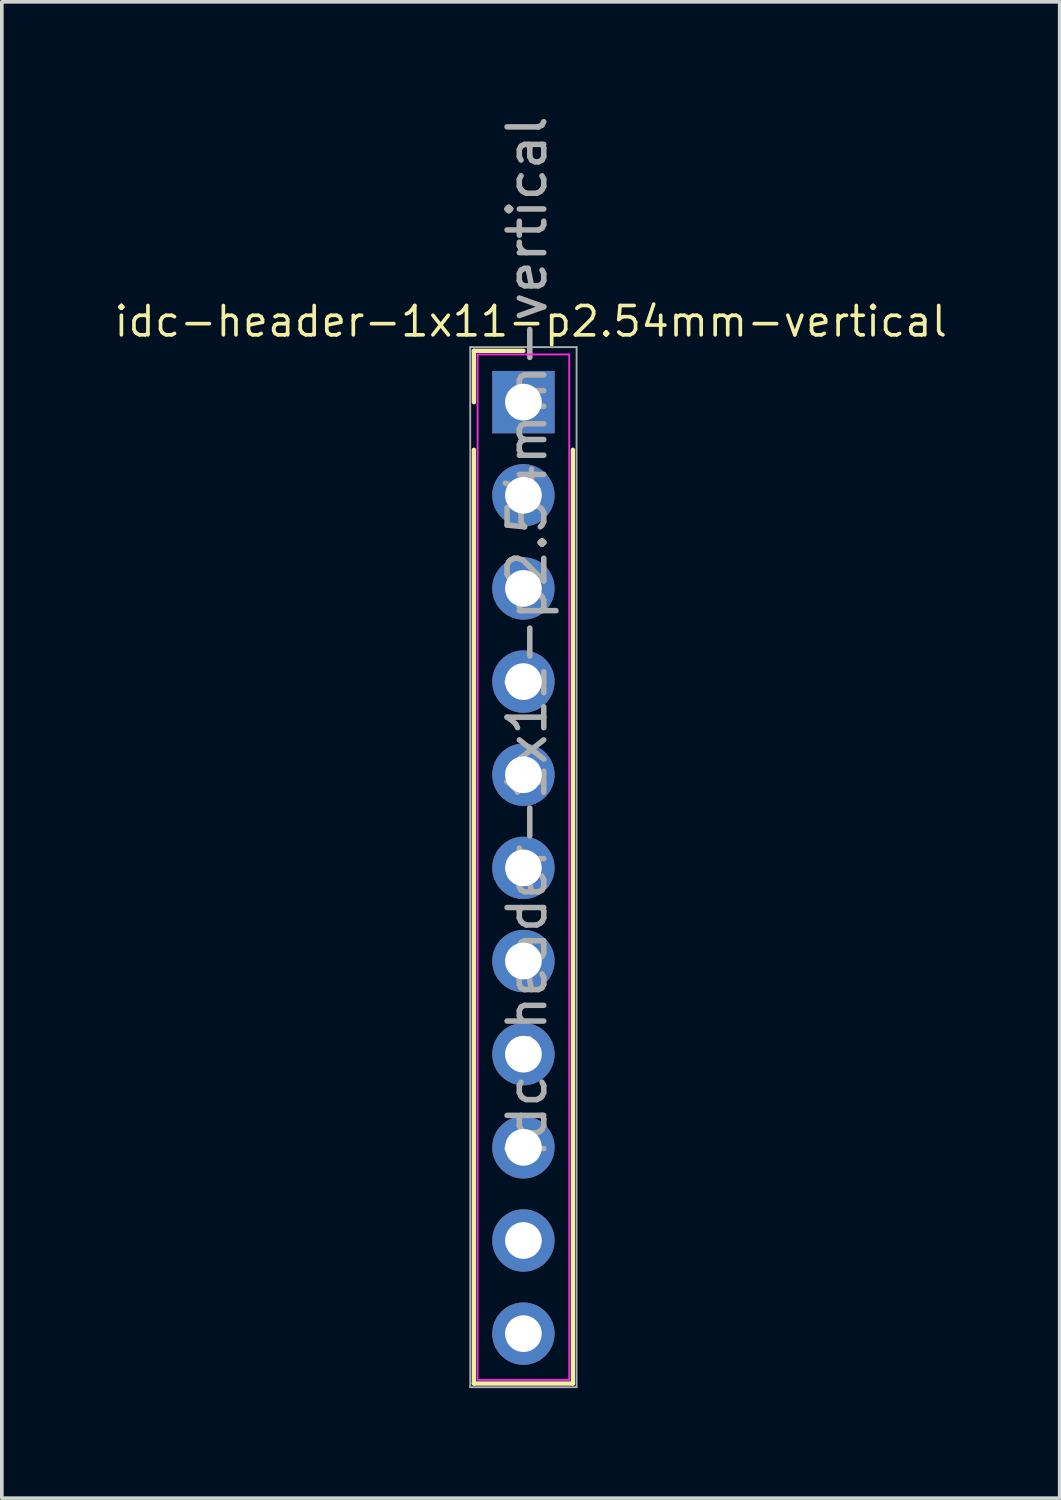
<source format=kicad_pcb>
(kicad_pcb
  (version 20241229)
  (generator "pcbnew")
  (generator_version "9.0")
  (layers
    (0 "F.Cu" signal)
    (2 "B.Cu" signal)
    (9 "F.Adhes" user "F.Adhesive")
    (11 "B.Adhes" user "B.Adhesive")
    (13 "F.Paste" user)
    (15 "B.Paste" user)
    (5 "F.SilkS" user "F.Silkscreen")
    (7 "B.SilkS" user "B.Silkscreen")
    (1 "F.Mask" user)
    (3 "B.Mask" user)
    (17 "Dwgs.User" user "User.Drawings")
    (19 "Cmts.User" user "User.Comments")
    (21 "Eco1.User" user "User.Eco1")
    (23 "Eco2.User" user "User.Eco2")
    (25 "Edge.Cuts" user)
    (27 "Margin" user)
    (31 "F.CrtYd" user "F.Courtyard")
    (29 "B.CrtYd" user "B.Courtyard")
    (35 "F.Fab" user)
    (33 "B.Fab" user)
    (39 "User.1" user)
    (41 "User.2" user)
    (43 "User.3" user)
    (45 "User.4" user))
  (footprint "idc-header-1x11-p2.54mm-vertical"
    (layer "F.Cu")
    (at 11.222 7.915)
    (property "Reference" "idc-header-1x11-p2.54mm-vertical" (at 0.2 -2.2 0) (layer "F.SilkS") (effects (font (size 0.8 0.8) (thickness 0.1))))
    (attr through_hole)
    (fp_line (start -1.35 -1.4) (end 0 -1.4) (stroke (width 0.12) (type solid)) (layer "F.SilkS"))
    (fp_line (start -1.35 0) (end -1.35 -1.4) (stroke (width 0.12) (type solid)) (layer "F.SilkS"))
    (fp_line (start -1.35 1.3) (end -1.35 26.76) (stroke (width 0.12) (type solid)) (layer "F.SilkS"))
    (fp_line (start -1.35 26.76) (end 1.35 26.76) (stroke (width 0.12) (type solid)) (layer "F.SilkS"))
    (fp_line (start 1.35 1.3) (end 1.35 26.76) (stroke (width 0.12) (type solid)) (layer "F.SilkS"))
    (fp_line (start -1.25 -1.3) (end -1.25 26.66) (stroke (width 0.05) (type solid)) (layer "F.CrtYd"))
    (fp_line (start -1.25 26.66) (end 1.25 26.66) (stroke (width 0.05) (type solid)) (layer "F.CrtYd"))
    (fp_line (start 1.25 -1.3) (end -1.25 -1.3) (stroke (width 0.05) (type solid)) (layer "F.CrtYd"))
    (fp_line (start 1.25 26.66) (end 1.25 -1.3) (stroke (width 0.05) (type solid)) (layer "F.CrtYd"))
    (fp_line (start -1.45 -1.5) (end -1.45 26.86) (stroke (width 0.05) (type solid)) (layer "F.Fab"))
    (fp_line (start -1.45 26.86) (end 1.45 26.86) (stroke (width 0.05) (type solid)) (layer "F.Fab"))
    (fp_line (start 1.45 -1.5) (end -1.45 -1.5) (stroke (width 0.05) (type solid)) (layer "F.Fab"))
    (fp_line (start 1.45 26.86) (end 1.45 -1.5) (stroke (width 0.05) (type solid)) (layer "F.Fab"))
    (fp_text user "${REFERENCE}" (at 0.1 6.4 90) (layer "F.Fab") (effects (font (size 1 1) (thickness 0.15))))
    (pad "1" thru_hole rect (at 0 0) (size 1.7 1.7) (drill 1) (layers "*.Cu" "*.Mask"))
    (pad "2" thru_hole oval (at 0 2.54) (size 1.7 1.7) (drill 1) (layers "*.Cu" "*.Mask"))
    (pad "3" thru_hole oval (at 0 5.08) (size 1.7 1.7) (drill 1) (layers "*.Cu" "*.Mask"))
    (pad "4" thru_hole oval (at 0 7.62) (size 1.7 1.7) (drill 1) (layers "*.Cu" "*.Mask"))
    (pad "5" thru_hole oval (at 0 10.16) (size 1.7 1.7) (drill 1) (layers "*.Cu" "*.Mask"))
    (pad "6" thru_hole oval (at 0 12.7) (size 1.7 1.7) (drill 1) (layers "*.Cu" "*.Mask"))
    (pad "7" thru_hole oval (at 0 15.24) (size 1.7 1.7) (drill 1) (layers "*.Cu" "*.Mask"))
    (pad "8" thru_hole oval (at 0 17.78) (size 1.7 1.7) (drill 1) (layers "*.Cu" "*.Mask"))
    (pad "9" thru_hole oval (at 0 20.32) (size 1.7 1.7) (drill 1) (layers "*.Cu" "*.Mask"))
    (pad "10" thru_hole oval (at 0 22.86) (size 1.7 1.7) (drill 1) (layers "*.Cu" "*.Mask"))
    (pad "11" thru_hole oval (at 0 25.4) (size 1.7 1.7) (drill 1) (layers "*.Cu" "*.Mask")))
  (gr_rect
    (start -3 -3)
    (end 25.845 37.8)
    (stroke (width 0.1) (type default))
    (fill no)
    (layer "Edge.Cuts")))
</source>
